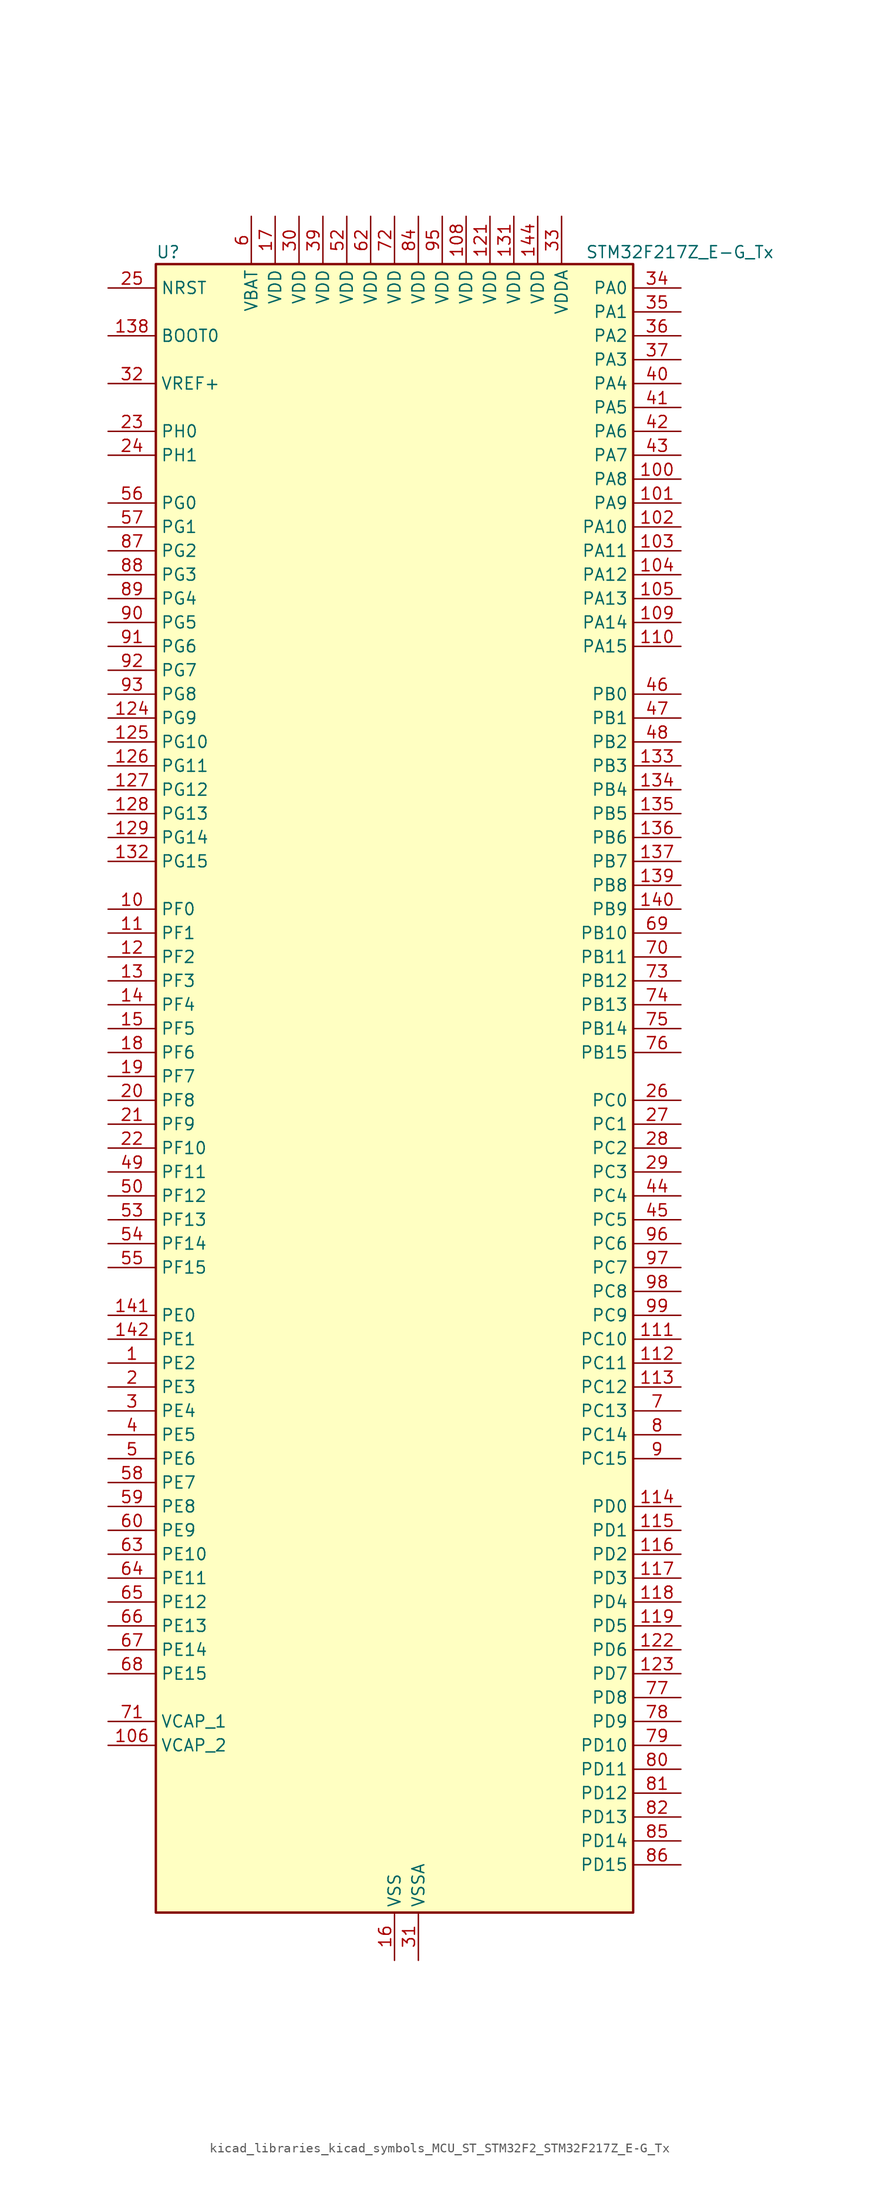
<source format=kicad_sym>
(kicad_symbol_lib
  (version 20220914)
  (generator kicad_symbol_editor)
  (symbol "kicad_libraries_kicad_symbols_MCU_ST_STM32F2_STM32F217Z_E-G_Tx"
    (property "Reference" "U"
      (at -25.4 90.17 0)
      (effects (font (size 1.27 1.27)) (justify left)))
    (property "Value" "STM32F217Z_E-G_Tx"
      (at 20.32 90.17 0)
      (effects (font (size 1.27 1.27)) (justify left)))
    (property "ki_locked" ""
      (at 0 0 0)
      (effects (font (size 1.27 1.27))))
    (symbol "kicad_libraries_kicad_symbols_MCU_ST_STM32F2_STM32F217Z_E-G_Tx_0_1"
      (rectangle (start -25.4 -86.36) (end 25.4 88.9) (stroke (width 0.254) (type default)) (fill (type background))))
    (symbol "kicad_libraries_kicad_symbols_MCU_ST_STM32F2_STM32F217Z_E-G_Tx_1_1"
      (pin bidirectional line (at -30.48 -27.94 0) (length 5.08) (name "PE2" (effects (font (size 1.27 1.27)))) (number "1" (effects (font (size 1.27 1.27)))) (alternate "ETH_TXD3" bidirectional line) (alternate "FSMC_A23" bidirectional line) (alternate "SYS_TRACECLK" bidirectional line))
      (pin bidirectional line (at -30.48 20.32 0) (length 5.08) (name "PF0" (effects (font (size 1.27 1.27)))) (number "10" (effects (font (size 1.27 1.27)))) (alternate "FSMC_A0" bidirectional line) (alternate "I2C2_SDA" bidirectional line))
      (pin bidirectional line (at 30.48 66.04 180) (length 5.08) (name "PA8" (effects (font (size 1.27 1.27)))) (number "100" (effects (font (size 1.27 1.27)))) (alternate "I2C3_SCL" bidirectional line) (alternate "RCC_MCO_1" bidirectional line) (alternate "TIM1_CH1" bidirectional line) (alternate "USART1_CK" bidirectional line) (alternate "USB_OTG_FS_SOF" bidirectional line))
      (pin bidirectional line (at 30.48 63.5 180) (length 5.08) (name "PA9" (effects (font (size 1.27 1.27)))) (number "101" (effects (font (size 1.27 1.27)))) (alternate "DAC_EXTI9" bidirectional line) (alternate "DCMI_D0" bidirectional line) (alternate "I2C3_SMBA" bidirectional line) (alternate "TIM1_CH2" bidirectional line) (alternate "USART1_TX" bidirectional line) (alternate "USB_OTG_FS_VBUS" bidirectional line))
      (pin bidirectional line (at 30.48 60.96 180) (length 5.08) (name "PA10" (effects (font (size 1.27 1.27)))) (number "102" (effects (font (size 1.27 1.27)))) (alternate "DCMI_D1" bidirectional line) (alternate "TIM1_CH3" bidirectional line) (alternate "USART1_RX" bidirectional line) (alternate "USB_OTG_FS_ID" bidirectional line))
      (pin bidirectional line (at 30.48 58.42 180) (length 5.08) (name "PA11" (effects (font (size 1.27 1.27)))) (number "103" (effects (font (size 1.27 1.27)))) (alternate "ADC1_EXTI11" bidirectional line) (alternate "ADC2_EXTI11" bidirectional line) (alternate "ADC3_EXTI11" bidirectional line) (alternate "CAN1_RX" bidirectional line) (alternate "TIM1_CH4" bidirectional line) (alternate "USART1_CTS" bidirectional line) (alternate "USB_OTG_FS_DM" bidirectional line))
      (pin bidirectional line (at 30.48 55.88 180) (length 5.08) (name "PA12" (effects (font (size 1.27 1.27)))) (number "104" (effects (font (size 1.27 1.27)))) (alternate "CAN1_TX" bidirectional line) (alternate "TIM1_ETR" bidirectional line) (alternate "USART1_RTS" bidirectional line) (alternate "USB_OTG_FS_DP" bidirectional line))
      (pin bidirectional line (at 30.48 53.34 180) (length 5.08) (name "PA13" (effects (font (size 1.27 1.27)))) (number "105" (effects (font (size 1.27 1.27)))) (alternate "SYS_JTMS-SWDIO" bidirectional line))
      (pin power_out line (at -30.48 -68.58 0) (length 5.08) (name "VCAP_2" (effects (font (size 1.27 1.27)))) (number "106" (effects (font (size 1.27 1.27)))))
      (pin passive line (at 0 -91.44 90) (length 5.08) hide (name "VSS" (effects (font (size 1.27 1.27)))) (number "107" (effects (font (size 1.27 1.27)))))
      (pin power_in line (at 7.62 93.98 270) (length 5.08) (name "VDD" (effects (font (size 1.27 1.27)))) (number "108" (effects (font (size 1.27 1.27)))))
      (pin bidirectional line (at 30.48 50.8 180) (length 5.08) (name "PA14" (effects (font (size 1.27 1.27)))) (number "109" (effects (font (size 1.27 1.27)))) (alternate "SYS_JTCK-SWCLK" bidirectional line))
      (pin bidirectional line (at -30.48 17.78 0) (length 5.08) (name "PF1" (effects (font (size 1.27 1.27)))) (number "11" (effects (font (size 1.27 1.27)))) (alternate "FSMC_A1" bidirectional line) (alternate "I2C2_SCL" bidirectional line))
      (pin bidirectional line (at 30.48 48.26 180) (length 5.08) (name "PA15" (effects (font (size 1.27 1.27)))) (number "110" (effects (font (size 1.27 1.27)))) (alternate "ADC1_EXTI15" bidirectional line) (alternate "ADC2_EXTI15" bidirectional line) (alternate "ADC3_EXTI15" bidirectional line) (alternate "I2S3_WS" bidirectional line) (alternate "SPI1_NSS" bidirectional line) (alternate "SPI3_NSS" bidirectional line) (alternate "SYS_JTDI" bidirectional line) (alternate "TIM2_CH1" bidirectional line) (alternate "TIM2_ETR" bidirectional line))
      (pin bidirectional line (at 30.48 -25.4 180) (length 5.08) (name "PC10" (effects (font (size 1.27 1.27)))) (number "111" (effects (font (size 1.27 1.27)))) (alternate "DCMI_D8" bidirectional line) (alternate "I2S3_SCK" bidirectional line) (alternate "SDIO_D2" bidirectional line) (alternate "SPI3_SCK" bidirectional line) (alternate "UART4_TX" bidirectional line) (alternate "USART3_TX" bidirectional line))
      (pin bidirectional line (at 30.48 -27.94 180) (length 5.08) (name "PC11" (effects (font (size 1.27 1.27)))) (number "112" (effects (font (size 1.27 1.27)))) (alternate "ADC1_EXTI11" bidirectional line) (alternate "ADC2_EXTI11" bidirectional line) (alternate "ADC3_EXTI11" bidirectional line) (alternate "DCMI_D4" bidirectional line) (alternate "SDIO_D3" bidirectional line) (alternate "SPI3_MISO" bidirectional line) (alternate "UART4_RX" bidirectional line) (alternate "USART3_RX" bidirectional line))
      (pin bidirectional line (at 30.48 -30.48 180) (length 5.08) (name "PC12" (effects (font (size 1.27 1.27)))) (number "113" (effects (font (size 1.27 1.27)))) (alternate "DCMI_D9" bidirectional line) (alternate "I2S3_SD" bidirectional line) (alternate "SDIO_CK" bidirectional line) (alternate "SPI3_MOSI" bidirectional line) (alternate "UART5_TX" bidirectional line) (alternate "USART3_CK" bidirectional line))
      (pin bidirectional line (at 30.48 -43.18 180) (length 5.08) (name "PD0" (effects (font (size 1.27 1.27)))) (number "114" (effects (font (size 1.27 1.27)))) (alternate "CAN1_RX" bidirectional line) (alternate "FSMC_D2" bidirectional line) (alternate "FSMC_DA2" bidirectional line))
      (pin bidirectional line (at 30.48 -45.72 180) (length 5.08) (name "PD1" (effects (font (size 1.27 1.27)))) (number "115" (effects (font (size 1.27 1.27)))) (alternate "CAN1_TX" bidirectional line) (alternate "FSMC_D3" bidirectional line) (alternate "FSMC_DA3" bidirectional line))
      (pin bidirectional line (at 30.48 -48.26 180) (length 5.08) (name "PD2" (effects (font (size 1.27 1.27)))) (number "116" (effects (font (size 1.27 1.27)))) (alternate "DCMI_D11" bidirectional line) (alternate "SDIO_CMD" bidirectional line) (alternate "TIM3_ETR" bidirectional line) (alternate "UART5_RX" bidirectional line))
      (pin bidirectional line (at 30.48 -50.8 180) (length 5.08) (name "PD3" (effects (font (size 1.27 1.27)))) (number "117" (effects (font (size 1.27 1.27)))) (alternate "FSMC_CLK" bidirectional line) (alternate "USART2_CTS" bidirectional line))
      (pin bidirectional line (at 30.48 -53.34 180) (length 5.08) (name "PD4" (effects (font (size 1.27 1.27)))) (number "118" (effects (font (size 1.27 1.27)))) (alternate "FSMC_NOE" bidirectional line) (alternate "USART2_RTS" bidirectional line))
      (pin bidirectional line (at 30.48 -55.88 180) (length 5.08) (name "PD5" (effects (font (size 1.27 1.27)))) (number "119" (effects (font (size 1.27 1.27)))) (alternate "FSMC_NWE" bidirectional line) (alternate "USART2_TX" bidirectional line))
      (pin bidirectional line (at -30.48 15.24 0) (length 5.08) (name "PF2" (effects (font (size 1.27 1.27)))) (number "12" (effects (font (size 1.27 1.27)))) (alternate "FSMC_A2" bidirectional line) (alternate "I2C2_SMBA" bidirectional line))
      (pin passive line (at 0 -91.44 90) (length 5.08) hide (name "VSS" (effects (font (size 1.27 1.27)))) (number "120" (effects (font (size 1.27 1.27)))))
      (pin power_in line (at 10.16 93.98 270) (length 5.08) (name "VDD" (effects (font (size 1.27 1.27)))) (number "121" (effects (font (size 1.27 1.27)))))
      (pin bidirectional line (at 30.48 -58.42 180) (length 5.08) (name "PD6" (effects (font (size 1.27 1.27)))) (number "122" (effects (font (size 1.27 1.27)))) (alternate "FSMC_NWAIT" bidirectional line) (alternate "USART2_RX" bidirectional line))
      (pin bidirectional line (at 30.48 -60.96 180) (length 5.08) (name "PD7" (effects (font (size 1.27 1.27)))) (number "123" (effects (font (size 1.27 1.27)))) (alternate "FSMC_NCE2" bidirectional line) (alternate "FSMC_NE1" bidirectional line) (alternate "USART2_CK" bidirectional line))
      (pin bidirectional line (at -30.48 40.64 0) (length 5.08) (name "PG9" (effects (font (size 1.27 1.27)))) (number "124" (effects (font (size 1.27 1.27)))) (alternate "DAC_EXTI9" bidirectional line) (alternate "FSMC_NCE3" bidirectional line) (alternate "FSMC_NE2" bidirectional line) (alternate "USART6_RX" bidirectional line))
      (pin bidirectional line (at -30.48 38.1 0) (length 5.08) (name "PG10" (effects (font (size 1.27 1.27)))) (number "125" (effects (font (size 1.27 1.27)))) (alternate "FSMC_NCE4_1" bidirectional line) (alternate "FSMC_NE3" bidirectional line))
      (pin bidirectional line (at -30.48 35.56 0) (length 5.08) (name "PG11" (effects (font (size 1.27 1.27)))) (number "126" (effects (font (size 1.27 1.27)))) (alternate "ADC1_EXTI11" bidirectional line) (alternate "ADC2_EXTI11" bidirectional line) (alternate "ADC3_EXTI11" bidirectional line) (alternate "ETH_TX_EN" bidirectional line) (alternate "FSMC_NCE4_2" bidirectional line))
      (pin bidirectional line (at -30.48 33.02 0) (length 5.08) (name "PG12" (effects (font (size 1.27 1.27)))) (number "127" (effects (font (size 1.27 1.27)))) (alternate "FSMC_NE4" bidirectional line) (alternate "USART6_RTS" bidirectional line))
      (pin bidirectional line (at -30.48 30.48 0) (length 5.08) (name "PG13" (effects (font (size 1.27 1.27)))) (number "128" (effects (font (size 1.27 1.27)))) (alternate "ETH_TXD0" bidirectional line) (alternate "FSMC_A24" bidirectional line) (alternate "USART6_CTS" bidirectional line))
      (pin bidirectional line (at -30.48 27.94 0) (length 5.08) (name "PG14" (effects (font (size 1.27 1.27)))) (number "129" (effects (font (size 1.27 1.27)))) (alternate "ETH_TXD1" bidirectional line) (alternate "FSMC_A25" bidirectional line) (alternate "USART6_TX" bidirectional line))
      (pin bidirectional line (at -30.48 12.7 0) (length 5.08) (name "PF3" (effects (font (size 1.27 1.27)))) (number "13" (effects (font (size 1.27 1.27)))) (alternate "ADC3_IN9" bidirectional line) (alternate "FSMC_A3" bidirectional line))
      (pin passive line (at 0 -91.44 90) (length 5.08) hide (name "VSS" (effects (font (size 1.27 1.27)))) (number "130" (effects (font (size 1.27 1.27)))))
      (pin power_in line (at 12.7 93.98 270) (length 5.08) (name "VDD" (effects (font (size 1.27 1.27)))) (number "131" (effects (font (size 1.27 1.27)))))
      (pin bidirectional line (at -30.48 25.4 0) (length 5.08) (name "PG15" (effects (font (size 1.27 1.27)))) (number "132" (effects (font (size 1.27 1.27)))) (alternate "ADC1_EXTI15" bidirectional line) (alternate "ADC2_EXTI15" bidirectional line) (alternate "ADC3_EXTI15" bidirectional line) (alternate "DCMI_D13" bidirectional line) (alternate "USART6_CTS" bidirectional line))
      (pin bidirectional line (at 30.48 35.56 180) (length 5.08) (name "PB3" (effects (font (size 1.27 1.27)))) (number "133" (effects (font (size 1.27 1.27)))) (alternate "I2S3_SCK" bidirectional line) (alternate "SPI1_SCK" bidirectional line) (alternate "SPI3_SCK" bidirectional line) (alternate "SYS_JTDO-SWO" bidirectional line) (alternate "TIM2_CH2" bidirectional line))
      (pin bidirectional line (at 30.48 33.02 180) (length 5.08) (name "PB4" (effects (font (size 1.27 1.27)))) (number "134" (effects (font (size 1.27 1.27)))) (alternate "SPI1_MISO" bidirectional line) (alternate "SPI3_MISO" bidirectional line) (alternate "SYS_JTRST" bidirectional line) (alternate "TIM3_CH1" bidirectional line))
      (pin bidirectional line (at 30.48 30.48 180) (length 5.08) (name "PB5" (effects (font (size 1.27 1.27)))) (number "135" (effects (font (size 1.27 1.27)))) (alternate "CAN2_RX" bidirectional line) (alternate "DCMI_D10" bidirectional line) (alternate "ETH_PPS_OUT" bidirectional line) (alternate "I2C1_SMBA" bidirectional line) (alternate "I2S3_SD" bidirectional line) (alternate "SPI1_MOSI" bidirectional line) (alternate "SPI3_MOSI" bidirectional line) (alternate "TIM3_CH2" bidirectional line) (alternate "USB_OTG_HS_ULPI_D7" bidirectional line))
      (pin bidirectional line (at 30.48 27.94 180) (length 5.08) (name "PB6" (effects (font (size 1.27 1.27)))) (number "136" (effects (font (size 1.27 1.27)))) (alternate "CAN2_TX" bidirectional line) (alternate "DCMI_D5" bidirectional line) (alternate "I2C1_SCL" bidirectional line) (alternate "TIM4_CH1" bidirectional line) (alternate "USART1_TX" bidirectional line))
      (pin bidirectional line (at 30.48 25.4 180) (length 5.08) (name "PB7" (effects (font (size 1.27 1.27)))) (number "137" (effects (font (size 1.27 1.27)))) (alternate "DCMI_VSYNC" bidirectional line) (alternate "FSMC_NL" bidirectional line) (alternate "I2C1_SDA" bidirectional line) (alternate "TIM4_CH2" bidirectional line) (alternate "USART1_RX" bidirectional line))
      (pin input line (at -30.48 81.28 0) (length 5.08) (name "BOOT0" (effects (font (size 1.27 1.27)))) (number "138" (effects (font (size 1.27 1.27)))))
      (pin bidirectional line (at 30.48 22.86 180) (length 5.08) (name "PB8" (effects (font (size 1.27 1.27)))) (number "139" (effects (font (size 1.27 1.27)))) (alternate "CAN1_RX" bidirectional line) (alternate "DCMI_D6" bidirectional line) (alternate "ETH_TXD3" bidirectional line) (alternate "I2C1_SCL" bidirectional line) (alternate "SDIO_D4" bidirectional line) (alternate "TIM10_CH1" bidirectional line) (alternate "TIM4_CH3" bidirectional line))
      (pin bidirectional line (at -30.48 10.16 0) (length 5.08) (name "PF4" (effects (font (size 1.27 1.27)))) (number "14" (effects (font (size 1.27 1.27)))) (alternate "ADC3_IN14" bidirectional line) (alternate "FSMC_A4" bidirectional line))
      (pin bidirectional line (at 30.48 20.32 180) (length 5.08) (name "PB9" (effects (font (size 1.27 1.27)))) (number "140" (effects (font (size 1.27 1.27)))) (alternate "CAN1_TX" bidirectional line) (alternate "DAC_EXTI9" bidirectional line) (alternate "DCMI_D7" bidirectional line) (alternate "I2C1_SDA" bidirectional line) (alternate "I2S2_WS" bidirectional line) (alternate "SDIO_D5" bidirectional line) (alternate "SPI2_NSS" bidirectional line) (alternate "TIM11_CH1" bidirectional line) (alternate "TIM4_CH4" bidirectional line))
      (pin bidirectional line (at -30.48 -22.86 0) (length 5.08) (name "PE0" (effects (font (size 1.27 1.27)))) (number "141" (effects (font (size 1.27 1.27)))) (alternate "DCMI_D2" bidirectional line) (alternate "FSMC_NBL0" bidirectional line) (alternate "TIM4_ETR" bidirectional line))
      (pin bidirectional line (at -30.48 -25.4 0) (length 5.08) (name "PE1" (effects (font (size 1.27 1.27)))) (number "142" (effects (font (size 1.27 1.27)))) (alternate "DCMI_D3" bidirectional line) (alternate "FSMC_NBL1" bidirectional line))
      (pin no_connect line (at -25.4 -86.36 0) (length 5.08) hide (name "RFU" (effects (font (size 1.27 1.27)))) (number "143" (effects (font (size 1.27 1.27)))))
      (pin power_in line (at 15.24 93.98 270) (length 5.08) (name "VDD" (effects (font (size 1.27 1.27)))) (number "144" (effects (font (size 1.27 1.27)))))
      (pin bidirectional line (at -30.48 7.62 0) (length 5.08) (name "PF5" (effects (font (size 1.27 1.27)))) (number "15" (effects (font (size 1.27 1.27)))) (alternate "ADC3_IN15" bidirectional line) (alternate "FSMC_A5" bidirectional line))
      (pin power_in line (at 0 -91.44 90) (length 5.08) (name "VSS" (effects (font (size 1.27 1.27)))) (number "16" (effects (font (size 1.27 1.27)))))
      (pin power_in line (at -12.7 93.98 270) (length 5.08) (name "VDD" (effects (font (size 1.27 1.27)))) (number "17" (effects (font (size 1.27 1.27)))))
      (pin bidirectional line (at -30.48 5.08 0) (length 5.08) (name "PF6" (effects (font (size 1.27 1.27)))) (number "18" (effects (font (size 1.27 1.27)))) (alternate "ADC3_IN4" bidirectional line) (alternate "FSMC_NIORD" bidirectional line) (alternate "TIM10_CH1" bidirectional line))
      (pin bidirectional line (at -30.48 2.54 0) (length 5.08) (name "PF7" (effects (font (size 1.27 1.27)))) (number "19" (effects (font (size 1.27 1.27)))) (alternate "ADC3_IN5" bidirectional line) (alternate "FSMC_NREG" bidirectional line) (alternate "TIM11_CH1" bidirectional line))
      (pin bidirectional line (at -30.48 -30.48 0) (length 5.08) (name "PE3" (effects (font (size 1.27 1.27)))) (number "2" (effects (font (size 1.27 1.27)))) (alternate "FSMC_A19" bidirectional line) (alternate "SYS_TRACED0" bidirectional line))
      (pin bidirectional line (at -30.48 0 0) (length 5.08) (name "PF8" (effects (font (size 1.27 1.27)))) (number "20" (effects (font (size 1.27 1.27)))) (alternate "ADC3_IN6" bidirectional line) (alternate "FSMC_NIOWR" bidirectional line) (alternate "TIM13_CH1" bidirectional line))
      (pin bidirectional line (at -30.48 -2.54 0) (length 5.08) (name "PF9" (effects (font (size 1.27 1.27)))) (number "21" (effects (font (size 1.27 1.27)))) (alternate "ADC3_IN7" bidirectional line) (alternate "DAC_EXTI9" bidirectional line) (alternate "FSMC_CD" bidirectional line) (alternate "TIM14_CH1" bidirectional line))
      (pin bidirectional line (at -30.48 -5.08 0) (length 5.08) (name "PF10" (effects (font (size 1.27 1.27)))) (number "22" (effects (font (size 1.27 1.27)))) (alternate "ADC3_IN8" bidirectional line) (alternate "FSMC_INTR" bidirectional line))
      (pin bidirectional line (at -30.48 71.12 0) (length 5.08) (name "PH0" (effects (font (size 1.27 1.27)))) (number "23" (effects (font (size 1.27 1.27)))) (alternate "RCC_OSC_IN" bidirectional line))
      (pin bidirectional line (at -30.48 68.58 0) (length 5.08) (name "PH1" (effects (font (size 1.27 1.27)))) (number "24" (effects (font (size 1.27 1.27)))) (alternate "RCC_OSC_OUT" bidirectional line))
      (pin input line (at -30.48 86.36 0) (length 5.08) (name "NRST" (effects (font (size 1.27 1.27)))) (number "25" (effects (font (size 1.27 1.27)))))
      (pin bidirectional line (at 30.48 0 180) (length 5.08) (name "PC0" (effects (font (size 1.27 1.27)))) (number "26" (effects (font (size 1.27 1.27)))) (alternate "ADC1_IN10" bidirectional line) (alternate "ADC2_IN10" bidirectional line) (alternate "ADC3_IN10" bidirectional line) (alternate "USB_OTG_HS_ULPI_STP" bidirectional line))
      (pin bidirectional line (at 30.48 -2.54 180) (length 5.08) (name "PC1" (effects (font (size 1.27 1.27)))) (number "27" (effects (font (size 1.27 1.27)))) (alternate "ADC1_IN11" bidirectional line) (alternate "ADC2_IN11" bidirectional line) (alternate "ADC3_IN11" bidirectional line) (alternate "ETH_MDC" bidirectional line))
      (pin bidirectional line (at 30.48 -5.08 180) (length 5.08) (name "PC2" (effects (font (size 1.27 1.27)))) (number "28" (effects (font (size 1.27 1.27)))) (alternate "ADC1_IN12" bidirectional line) (alternate "ADC2_IN12" bidirectional line) (alternate "ADC3_IN12" bidirectional line) (alternate "ETH_TXD2" bidirectional line) (alternate "SPI2_MISO" bidirectional line) (alternate "USB_OTG_HS_ULPI_DIR" bidirectional line))
      (pin bidirectional line (at 30.48 -7.62 180) (length 5.08) (name "PC3" (effects (font (size 1.27 1.27)))) (number "29" (effects (font (size 1.27 1.27)))) (alternate "ADC1_IN13" bidirectional line) (alternate "ADC2_IN13" bidirectional line) (alternate "ADC3_IN13" bidirectional line) (alternate "ETH_TX_CLK" bidirectional line) (alternate "I2S2_SD" bidirectional line) (alternate "SPI2_MOSI" bidirectional line) (alternate "USB_OTG_HS_ULPI_NXT" bidirectional line))
      (pin bidirectional line (at -30.48 -33.02 0) (length 5.08) (name "PE4" (effects (font (size 1.27 1.27)))) (number "3" (effects (font (size 1.27 1.27)))) (alternate "DCMI_D4" bidirectional line) (alternate "FSMC_A20" bidirectional line) (alternate "SYS_TRACED1" bidirectional line))
      (pin power_in line (at -10.16 93.98 270) (length 5.08) (name "VDD" (effects (font (size 1.27 1.27)))) (number "30" (effects (font (size 1.27 1.27)))))
      (pin power_in line (at 2.54 -91.44 90) (length 5.08) (name "VSSA" (effects (font (size 1.27 1.27)))) (number "31" (effects (font (size 1.27 1.27)))))
      (pin input line (at -30.48 76.2 0) (length 5.08) (name "VREF+" (effects (font (size 1.27 1.27)))) (number "32" (effects (font (size 1.27 1.27)))))
      (pin power_in line (at 17.78 93.98 270) (length 5.08) (name "VDDA" (effects (font (size 1.27 1.27)))) (number "33" (effects (font (size 1.27 1.27)))))
      (pin bidirectional line (at 30.48 86.36 180) (length 5.08) (name "PA0" (effects (font (size 1.27 1.27)))) (number "34" (effects (font (size 1.27 1.27)))) (alternate "ADC1_IN0" bidirectional line) (alternate "ADC2_IN0" bidirectional line) (alternate "ADC3_IN0" bidirectional line) (alternate "ETH_CRS" bidirectional line) (alternate "SYS_WKUP" bidirectional line) (alternate "TIM2_CH1" bidirectional line) (alternate "TIM2_ETR" bidirectional line) (alternate "TIM5_CH1" bidirectional line) (alternate "TIM8_ETR" bidirectional line) (alternate "UART4_TX" bidirectional line) (alternate "USART2_CTS" bidirectional line))
      (pin bidirectional line (at 30.48 83.82 180) (length 5.08) (name "PA1" (effects (font (size 1.27 1.27)))) (number "35" (effects (font (size 1.27 1.27)))) (alternate "ADC1_IN1" bidirectional line) (alternate "ADC2_IN1" bidirectional line) (alternate "ADC3_IN1" bidirectional line) (alternate "ETH_REF_CLK" bidirectional line) (alternate "ETH_RX_CLK" bidirectional line) (alternate "TIM2_CH2" bidirectional line) (alternate "TIM5_CH2" bidirectional line) (alternate "UART4_RX" bidirectional line) (alternate "USART2_RTS" bidirectional line))
      (pin bidirectional line (at 30.48 81.28 180) (length 5.08) (name "PA2" (effects (font (size 1.27 1.27)))) (number "36" (effects (font (size 1.27 1.27)))) (alternate "ADC1_IN2" bidirectional line) (alternate "ADC2_IN2" bidirectional line) (alternate "ADC3_IN2" bidirectional line) (alternate "ETH_MDIO" bidirectional line) (alternate "TIM2_CH3" bidirectional line) (alternate "TIM5_CH3" bidirectional line) (alternate "TIM9_CH1" bidirectional line) (alternate "USART2_TX" bidirectional line))
      (pin bidirectional line (at 30.48 78.74 180) (length 5.08) (name "PA3" (effects (font (size 1.27 1.27)))) (number "37" (effects (font (size 1.27 1.27)))) (alternate "ADC1_IN3" bidirectional line) (alternate "ADC2_IN3" bidirectional line) (alternate "ADC3_IN3" bidirectional line) (alternate "ETH_COL" bidirectional line) (alternate "TIM2_CH4" bidirectional line) (alternate "TIM5_CH4" bidirectional line) (alternate "TIM9_CH2" bidirectional line) (alternate "USART2_RX" bidirectional line) (alternate "USB_OTG_HS_ULPI_D0" bidirectional line))
      (pin passive line (at 0 -91.44 90) (length 5.08) hide (name "VSS" (effects (font (size 1.27 1.27)))) (number "38" (effects (font (size 1.27 1.27)))))
      (pin power_in line (at -7.62 93.98 270) (length 5.08) (name "VDD" (effects (font (size 1.27 1.27)))) (number "39" (effects (font (size 1.27 1.27)))))
      (pin bidirectional line (at -30.48 -35.56 0) (length 5.08) (name "PE5" (effects (font (size 1.27 1.27)))) (number "4" (effects (font (size 1.27 1.27)))) (alternate "DCMI_D6" bidirectional line) (alternate "FSMC_A21" bidirectional line) (alternate "SYS_TRACED2" bidirectional line) (alternate "TIM9_CH1" bidirectional line))
      (pin bidirectional line (at 30.48 76.2 180) (length 5.08) (name "PA4" (effects (font (size 1.27 1.27)))) (number "40" (effects (font (size 1.27 1.27)))) (alternate "ADC1_IN4" bidirectional line) (alternate "ADC2_IN4" bidirectional line) (alternate "DAC_OUT1" bidirectional line) (alternate "DCMI_HSYNC" bidirectional line) (alternate "I2S3_WS" bidirectional line) (alternate "SPI1_NSS" bidirectional line) (alternate "SPI3_NSS" bidirectional line) (alternate "USART2_CK" bidirectional line) (alternate "USB_OTG_HS_SOF" bidirectional line))
      (pin bidirectional line (at 30.48 73.66 180) (length 5.08) (name "PA5" (effects (font (size 1.27 1.27)))) (number "41" (effects (font (size 1.27 1.27)))) (alternate "ADC1_IN5" bidirectional line) (alternate "ADC2_IN5" bidirectional line) (alternate "DAC_OUT2" bidirectional line) (alternate "SPI1_SCK" bidirectional line) (alternate "TIM2_CH1" bidirectional line) (alternate "TIM2_ETR" bidirectional line) (alternate "TIM8_CH1N" bidirectional line) (alternate "USB_OTG_HS_ULPI_CK" bidirectional line))
      (pin bidirectional line (at 30.48 71.12 180) (length 5.08) (name "PA6" (effects (font (size 1.27 1.27)))) (number "42" (effects (font (size 1.27 1.27)))) (alternate "ADC1_IN6" bidirectional line) (alternate "ADC2_IN6" bidirectional line) (alternate "DCMI_PIXCLK" bidirectional line) (alternate "SPI1_MISO" bidirectional line) (alternate "TIM13_CH1" bidirectional line) (alternate "TIM1_BKIN" bidirectional line) (alternate "TIM3_CH1" bidirectional line) (alternate "TIM8_BKIN" bidirectional line))
      (pin bidirectional line (at 30.48 68.58 180) (length 5.08) (name "PA7" (effects (font (size 1.27 1.27)))) (number "43" (effects (font (size 1.27 1.27)))) (alternate "ADC1_IN7" bidirectional line) (alternate "ADC2_IN7" bidirectional line) (alternate "ETH_CRS_DV" bidirectional line) (alternate "ETH_RX_DV" bidirectional line) (alternate "SPI1_MOSI" bidirectional line) (alternate "TIM14_CH1" bidirectional line) (alternate "TIM1_CH1N" bidirectional line) (alternate "TIM3_CH2" bidirectional line) (alternate "TIM8_CH1N" bidirectional line))
      (pin bidirectional line (at 30.48 -10.16 180) (length 5.08) (name "PC4" (effects (font (size 1.27 1.27)))) (number "44" (effects (font (size 1.27 1.27)))) (alternate "ADC1_IN14" bidirectional line) (alternate "ADC2_IN14" bidirectional line) (alternate "ETH_RXD0" bidirectional line))
      (pin bidirectional line (at 30.48 -12.7 180) (length 5.08) (name "PC5" (effects (font (size 1.27 1.27)))) (number "45" (effects (font (size 1.27 1.27)))) (alternate "ADC1_IN15" bidirectional line) (alternate "ADC2_IN15" bidirectional line) (alternate "ETH_RXD1" bidirectional line))
      (pin bidirectional line (at 30.48 43.18 180) (length 5.08) (name "PB0" (effects (font (size 1.27 1.27)))) (number "46" (effects (font (size 1.27 1.27)))) (alternate "ADC1_IN8" bidirectional line) (alternate "ADC2_IN8" bidirectional line) (alternate "ETH_RXD2" bidirectional line) (alternate "TIM1_CH2N" bidirectional line) (alternate "TIM3_CH3" bidirectional line) (alternate "TIM8_CH2N" bidirectional line) (alternate "USB_OTG_HS_ULPI_D1" bidirectional line))
      (pin bidirectional line (at 30.48 40.64 180) (length 5.08) (name "PB1" (effects (font (size 1.27 1.27)))) (number "47" (effects (font (size 1.27 1.27)))) (alternate "ADC1_IN9" bidirectional line) (alternate "ADC2_IN9" bidirectional line) (alternate "ETH_RXD3" bidirectional line) (alternate "TIM1_CH3N" bidirectional line) (alternate "TIM3_CH4" bidirectional line) (alternate "TIM8_CH3N" bidirectional line) (alternate "USB_OTG_HS_ULPI_D2" bidirectional line))
      (pin bidirectional line (at 30.48 38.1 180) (length 5.08) (name "PB2" (effects (font (size 1.27 1.27)))) (number "48" (effects (font (size 1.27 1.27)))))
      (pin bidirectional line (at -30.48 -7.62 0) (length 5.08) (name "PF11" (effects (font (size 1.27 1.27)))) (number "49" (effects (font (size 1.27 1.27)))) (alternate "ADC1_EXTI11" bidirectional line) (alternate "ADC2_EXTI11" bidirectional line) (alternate "ADC3_EXTI11" bidirectional line) (alternate "DCMI_D12" bidirectional line))
      (pin bidirectional line (at -30.48 -38.1 0) (length 5.08) (name "PE6" (effects (font (size 1.27 1.27)))) (number "5" (effects (font (size 1.27 1.27)))) (alternate "DCMI_D7" bidirectional line) (alternate "FSMC_A22" bidirectional line) (alternate "SYS_TRACED3" bidirectional line) (alternate "TIM9_CH2" bidirectional line))
      (pin bidirectional line (at -30.48 -10.16 0) (length 5.08) (name "PF12" (effects (font (size 1.27 1.27)))) (number "50" (effects (font (size 1.27 1.27)))) (alternate "FSMC_A6" bidirectional line))
      (pin passive line (at 0 -91.44 90) (length 5.08) hide (name "VSS" (effects (font (size 1.27 1.27)))) (number "51" (effects (font (size 1.27 1.27)))))
      (pin power_in line (at -5.08 93.98 270) (length 5.08) (name "VDD" (effects (font (size 1.27 1.27)))) (number "52" (effects (font (size 1.27 1.27)))))
      (pin bidirectional line (at -30.48 -12.7 0) (length 5.08) (name "PF13" (effects (font (size 1.27 1.27)))) (number "53" (effects (font (size 1.27 1.27)))) (alternate "FSMC_A7" bidirectional line))
      (pin bidirectional line (at -30.48 -15.24 0) (length 5.08) (name "PF14" (effects (font (size 1.27 1.27)))) (number "54" (effects (font (size 1.27 1.27)))) (alternate "FSMC_A8" bidirectional line))
      (pin bidirectional line (at -30.48 -17.78 0) (length 5.08) (name "PF15" (effects (font (size 1.27 1.27)))) (number "55" (effects (font (size 1.27 1.27)))) (alternate "ADC1_EXTI15" bidirectional line) (alternate "ADC2_EXTI15" bidirectional line) (alternate "ADC3_EXTI15" bidirectional line) (alternate "FSMC_A9" bidirectional line))
      (pin bidirectional line (at -30.48 63.5 0) (length 5.08) (name "PG0" (effects (font (size 1.27 1.27)))) (number "56" (effects (font (size 1.27 1.27)))) (alternate "FSMC_A10" bidirectional line))
      (pin bidirectional line (at -30.48 60.96 0) (length 5.08) (name "PG1" (effects (font (size 1.27 1.27)))) (number "57" (effects (font (size 1.27 1.27)))) (alternate "FSMC_A11" bidirectional line))
      (pin bidirectional line (at -30.48 -40.64 0) (length 5.08) (name "PE7" (effects (font (size 1.27 1.27)))) (number "58" (effects (font (size 1.27 1.27)))) (alternate "FSMC_D4" bidirectional line) (alternate "FSMC_DA4" bidirectional line) (alternate "TIM1_ETR" bidirectional line))
      (pin bidirectional line (at -30.48 -43.18 0) (length 5.08) (name "PE8" (effects (font (size 1.27 1.27)))) (number "59" (effects (font (size 1.27 1.27)))) (alternate "FSMC_D5" bidirectional line) (alternate "FSMC_DA5" bidirectional line) (alternate "TIM1_CH1N" bidirectional line))
      (pin power_in line (at -15.24 93.98 270) (length 5.08) (name "VBAT" (effects (font (size 1.27 1.27)))) (number "6" (effects (font (size 1.27 1.27)))))
      (pin bidirectional line (at -30.48 -45.72 0) (length 5.08) (name "PE9" (effects (font (size 1.27 1.27)))) (number "60" (effects (font (size 1.27 1.27)))) (alternate "DAC_EXTI9" bidirectional line) (alternate "FSMC_D6" bidirectional line) (alternate "FSMC_DA6" bidirectional line) (alternate "TIM1_CH1" bidirectional line))
      (pin passive line (at 0 -91.44 90) (length 5.08) hide (name "VSS" (effects (font (size 1.27 1.27)))) (number "61" (effects (font (size 1.27 1.27)))))
      (pin power_in line (at -2.54 93.98 270) (length 5.08) (name "VDD" (effects (font (size 1.27 1.27)))) (number "62" (effects (font (size 1.27 1.27)))))
      (pin bidirectional line (at -30.48 -48.26 0) (length 5.08) (name "PE10" (effects (font (size 1.27 1.27)))) (number "63" (effects (font (size 1.27 1.27)))) (alternate "FSMC_D7" bidirectional line) (alternate "FSMC_DA7" bidirectional line) (alternate "TIM1_CH2N" bidirectional line))
      (pin bidirectional line (at -30.48 -50.8 0) (length 5.08) (name "PE11" (effects (font (size 1.27 1.27)))) (number "64" (effects (font (size 1.27 1.27)))) (alternate "ADC1_EXTI11" bidirectional line) (alternate "ADC2_EXTI11" bidirectional line) (alternate "ADC3_EXTI11" bidirectional line) (alternate "FSMC_D8" bidirectional line) (alternate "FSMC_DA8" bidirectional line) (alternate "TIM1_CH2" bidirectional line))
      (pin bidirectional line (at -30.48 -53.34 0) (length 5.08) (name "PE12" (effects (font (size 1.27 1.27)))) (number "65" (effects (font (size 1.27 1.27)))) (alternate "FSMC_D9" bidirectional line) (alternate "FSMC_DA9" bidirectional line) (alternate "TIM1_CH3N" bidirectional line))
      (pin bidirectional line (at -30.48 -55.88 0) (length 5.08) (name "PE13" (effects (font (size 1.27 1.27)))) (number "66" (effects (font (size 1.27 1.27)))) (alternate "FSMC_D10" bidirectional line) (alternate "FSMC_DA10" bidirectional line) (alternate "TIM1_CH3" bidirectional line))
      (pin bidirectional line (at -30.48 -58.42 0) (length 5.08) (name "PE14" (effects (font (size 1.27 1.27)))) (number "67" (effects (font (size 1.27 1.27)))) (alternate "FSMC_D11" bidirectional line) (alternate "FSMC_DA11" bidirectional line) (alternate "TIM1_CH4" bidirectional line))
      (pin bidirectional line (at -30.48 -60.96 0) (length 5.08) (name "PE15" (effects (font (size 1.27 1.27)))) (number "68" (effects (font (size 1.27 1.27)))) (alternate "ADC1_EXTI15" bidirectional line) (alternate "ADC2_EXTI15" bidirectional line) (alternate "ADC3_EXTI15" bidirectional line) (alternate "FSMC_D12" bidirectional line) (alternate "FSMC_DA12" bidirectional line) (alternate "TIM1_BKIN" bidirectional line))
      (pin bidirectional line (at 30.48 17.78 180) (length 5.08) (name "PB10" (effects (font (size 1.27 1.27)))) (number "69" (effects (font (size 1.27 1.27)))) (alternate "ETH_RX_ER" bidirectional line) (alternate "I2C2_SCL" bidirectional line) (alternate "I2S2_SCK" bidirectional line) (alternate "SPI2_SCK" bidirectional line) (alternate "TIM2_CH3" bidirectional line) (alternate "USART3_TX" bidirectional line) (alternate "USB_OTG_HS_ULPI_D3" bidirectional line))
      (pin bidirectional line (at 30.48 -33.02 180) (length 5.08) (name "PC13" (effects (font (size 1.27 1.27)))) (number "7" (effects (font (size 1.27 1.27)))) (alternate "RTC_AF1" bidirectional line))
      (pin bidirectional line (at 30.48 15.24 180) (length 5.08) (name "PB11" (effects (font (size 1.27 1.27)))) (number "70" (effects (font (size 1.27 1.27)))) (alternate "ADC1_EXTI11" bidirectional line) (alternate "ADC2_EXTI11" bidirectional line) (alternate "ADC3_EXTI11" bidirectional line) (alternate "ETH_TX_EN" bidirectional line) (alternate "I2C2_SDA" bidirectional line) (alternate "TIM2_CH4" bidirectional line) (alternate "USART3_RX" bidirectional line) (alternate "USB_OTG_HS_ULPI_D4" bidirectional line))
      (pin power_out line (at -30.48 -66.04 0) (length 5.08) (name "VCAP_1" (effects (font (size 1.27 1.27)))) (number "71" (effects (font (size 1.27 1.27)))))
      (pin power_in line (at 0 93.98 270) (length 5.08) (name "VDD" (effects (font (size 1.27 1.27)))) (number "72" (effects (font (size 1.27 1.27)))))
      (pin bidirectional line (at 30.48 12.7 180) (length 5.08) (name "PB12" (effects (font (size 1.27 1.27)))) (number "73" (effects (font (size 1.27 1.27)))) (alternate "CAN2_RX" bidirectional line) (alternate "ETH_TXD0" bidirectional line) (alternate "I2C2_SMBA" bidirectional line) (alternate "I2S2_WS" bidirectional line) (alternate "SPI2_NSS" bidirectional line) (alternate "TIM1_BKIN" bidirectional line) (alternate "USART3_CK" bidirectional line) (alternate "USB_OTG_HS_ID" bidirectional line) (alternate "USB_OTG_HS_ULPI_D5" bidirectional line))
      (pin bidirectional line (at 30.48 10.16 180) (length 5.08) (name "PB13" (effects (font (size 1.27 1.27)))) (number "74" (effects (font (size 1.27 1.27)))) (alternate "CAN2_TX" bidirectional line) (alternate "ETH_TXD1" bidirectional line) (alternate "I2S2_SCK" bidirectional line) (alternate "SPI2_SCK" bidirectional line) (alternate "TIM1_CH1N" bidirectional line) (alternate "USART3_CTS" bidirectional line) (alternate "USB_OTG_HS_ULPI_D6" bidirectional line) (alternate "USB_OTG_HS_VBUS" bidirectional line))
      (pin bidirectional line (at 30.48 7.62 180) (length 5.08) (name "PB14" (effects (font (size 1.27 1.27)))) (number "75" (effects (font (size 1.27 1.27)))) (alternate "SPI2_MISO" bidirectional line) (alternate "TIM12_CH1" bidirectional line) (alternate "TIM1_CH2N" bidirectional line) (alternate "TIM8_CH2N" bidirectional line) (alternate "USART3_RTS" bidirectional line) (alternate "USB_OTG_HS_DM" bidirectional line))
      (pin bidirectional line (at 30.48 5.08 180) (length 5.08) (name "PB15" (effects (font (size 1.27 1.27)))) (number "76" (effects (font (size 1.27 1.27)))) (alternate "ADC1_EXTI15" bidirectional line) (alternate "ADC2_EXTI15" bidirectional line) (alternate "ADC3_EXTI15" bidirectional line) (alternate "I2S2_SD" bidirectional line) (alternate "RTC_REFIN" bidirectional line) (alternate "SPI2_MOSI" bidirectional line) (alternate "TIM12_CH2" bidirectional line) (alternate "TIM1_CH3N" bidirectional line) (alternate "TIM8_CH3N" bidirectional line) (alternate "USB_OTG_HS_DP" bidirectional line))
      (pin bidirectional line (at 30.48 -63.5 180) (length 5.08) (name "PD8" (effects (font (size 1.27 1.27)))) (number "77" (effects (font (size 1.27 1.27)))) (alternate "FSMC_D13" bidirectional line) (alternate "FSMC_DA13" bidirectional line) (alternate "USART3_TX" bidirectional line))
      (pin bidirectional line (at 30.48 -66.04 180) (length 5.08) (name "PD9" (effects (font (size 1.27 1.27)))) (number "78" (effects (font (size 1.27 1.27)))) (alternate "DAC_EXTI9" bidirectional line) (alternate "FSMC_D14" bidirectional line) (alternate "FSMC_DA14" bidirectional line) (alternate "USART3_RX" bidirectional line))
      (pin bidirectional line (at 30.48 -68.58 180) (length 5.08) (name "PD10" (effects (font (size 1.27 1.27)))) (number "79" (effects (font (size 1.27 1.27)))) (alternate "FSMC_D15" bidirectional line) (alternate "FSMC_DA15" bidirectional line) (alternate "USART3_CK" bidirectional line))
      (pin bidirectional line (at 30.48 -35.56 180) (length 5.08) (name "PC14" (effects (font (size 1.27 1.27)))) (number "8" (effects (font (size 1.27 1.27)))) (alternate "RCC_OSC32_IN" bidirectional line))
      (pin bidirectional line (at 30.48 -71.12 180) (length 5.08) (name "PD11" (effects (font (size 1.27 1.27)))) (number "80" (effects (font (size 1.27 1.27)))) (alternate "ADC1_EXTI11" bidirectional line) (alternate "ADC2_EXTI11" bidirectional line) (alternate "ADC3_EXTI11" bidirectional line) (alternate "FSMC_A16" bidirectional line) (alternate "FSMC_CLE" bidirectional line) (alternate "USART3_CTS" bidirectional line))
      (pin bidirectional line (at 30.48 -73.66 180) (length 5.08) (name "PD12" (effects (font (size 1.27 1.27)))) (number "81" (effects (font (size 1.27 1.27)))) (alternate "FSMC_A17" bidirectional line) (alternate "FSMC_ALE" bidirectional line) (alternate "TIM4_CH1" bidirectional line) (alternate "USART3_RTS" bidirectional line))
      (pin bidirectional line (at 30.48 -76.2 180) (length 5.08) (name "PD13" (effects (font (size 1.27 1.27)))) (number "82" (effects (font (size 1.27 1.27)))) (alternate "FSMC_A18" bidirectional line) (alternate "TIM4_CH2" bidirectional line))
      (pin passive line (at 0 -91.44 90) (length 5.08) hide (name "VSS" (effects (font (size 1.27 1.27)))) (number "83" (effects (font (size 1.27 1.27)))))
      (pin power_in line (at 2.54 93.98 270) (length 5.08) (name "VDD" (effects (font (size 1.27 1.27)))) (number "84" (effects (font (size 1.27 1.27)))))
      (pin bidirectional line (at 30.48 -78.74 180) (length 5.08) (name "PD14" (effects (font (size 1.27 1.27)))) (number "85" (effects (font (size 1.27 1.27)))) (alternate "FSMC_D0" bidirectional line) (alternate "FSMC_DA0" bidirectional line) (alternate "TIM4_CH3" bidirectional line))
      (pin bidirectional line (at 30.48 -81.28 180) (length 5.08) (name "PD15" (effects (font (size 1.27 1.27)))) (number "86" (effects (font (size 1.27 1.27)))) (alternate "ADC1_EXTI15" bidirectional line) (alternate "ADC2_EXTI15" bidirectional line) (alternate "ADC3_EXTI15" bidirectional line) (alternate "FSMC_D1" bidirectional line) (alternate "FSMC_DA1" bidirectional line) (alternate "TIM4_CH4" bidirectional line))
      (pin bidirectional line (at -30.48 58.42 0) (length 5.08) (name "PG2" (effects (font (size 1.27 1.27)))) (number "87" (effects (font (size 1.27 1.27)))) (alternate "FSMC_A12" bidirectional line))
      (pin bidirectional line (at -30.48 55.88 0) (length 5.08) (name "PG3" (effects (font (size 1.27 1.27)))) (number "88" (effects (font (size 1.27 1.27)))) (alternate "FSMC_A13" bidirectional line))
      (pin bidirectional line (at -30.48 53.34 0) (length 5.08) (name "PG4" (effects (font (size 1.27 1.27)))) (number "89" (effects (font (size 1.27 1.27)))) (alternate "FSMC_A14" bidirectional line))
      (pin bidirectional line (at 30.48 -38.1 180) (length 5.08) (name "PC15" (effects (font (size 1.27 1.27)))) (number "9" (effects (font (size 1.27 1.27)))) (alternate "ADC1_EXTI15" bidirectional line) (alternate "ADC2_EXTI15" bidirectional line) (alternate "ADC3_EXTI15" bidirectional line) (alternate "RCC_OSC32_OUT" bidirectional line))
      (pin bidirectional line (at -30.48 50.8 0) (length 5.08) (name "PG5" (effects (font (size 1.27 1.27)))) (number "90" (effects (font (size 1.27 1.27)))) (alternate "FSMC_A15" bidirectional line))
      (pin bidirectional line (at -30.48 48.26 0) (length 5.08) (name "PG6" (effects (font (size 1.27 1.27)))) (number "91" (effects (font (size 1.27 1.27)))) (alternate "FSMC_INT2" bidirectional line))
      (pin bidirectional line (at -30.48 45.72 0) (length 5.08) (name "PG7" (effects (font (size 1.27 1.27)))) (number "92" (effects (font (size 1.27 1.27)))) (alternate "FSMC_INT3" bidirectional line) (alternate "USART6_CK" bidirectional line))
      (pin bidirectional line (at -30.48 43.18 0) (length 5.08) (name "PG8" (effects (font (size 1.27 1.27)))) (number "93" (effects (font (size 1.27 1.27)))) (alternate "ETH_PPS_OUT" bidirectional line) (alternate "USART6_RTS" bidirectional line))
      (pin passive line (at 0 -91.44 90) (length 5.08) hide (name "VSS" (effects (font (size 1.27 1.27)))) (number "94" (effects (font (size 1.27 1.27)))))
      (pin power_in line (at 5.08 93.98 270) (length 5.08) (name "VDD" (effects (font (size 1.27 1.27)))) (number "95" (effects (font (size 1.27 1.27)))))
      (pin bidirectional line (at 30.48 -15.24 180) (length 5.08) (name "PC6" (effects (font (size 1.27 1.27)))) (number "96" (effects (font (size 1.27 1.27)))) (alternate "DCMI_D0" bidirectional line) (alternate "I2S2_MCK" bidirectional line) (alternate "SDIO_D6" bidirectional line) (alternate "TIM3_CH1" bidirectional line) (alternate "TIM8_CH1" bidirectional line) (alternate "USART6_TX" bidirectional line))
      (pin bidirectional line (at 30.48 -17.78 180) (length 5.08) (name "PC7" (effects (font (size 1.27 1.27)))) (number "97" (effects (font (size 1.27 1.27)))) (alternate "DCMI_D1" bidirectional line) (alternate "I2S3_MCK" bidirectional line) (alternate "SDIO_D7" bidirectional line) (alternate "TIM3_CH2" bidirectional line) (alternate "TIM8_CH2" bidirectional line) (alternate "USART6_RX" bidirectional line))
      (pin bidirectional line (at 30.48 -20.32 180) (length 5.08) (name "PC8" (effects (font (size 1.27 1.27)))) (number "98" (effects (font (size 1.27 1.27)))) (alternate "DCMI_D2" bidirectional line) (alternate "SDIO_D0" bidirectional line) (alternate "TIM3_CH3" bidirectional line) (alternate "TIM8_CH3" bidirectional line) (alternate "USART6_CK" bidirectional line))
      (pin bidirectional line (at 30.48 -22.86 180) (length 5.08) (name "PC9" (effects (font (size 1.27 1.27)))) (number "99" (effects (font (size 1.27 1.27)))) (alternate "DAC_EXTI9" bidirectional line) (alternate "DCMI_D3" bidirectional line) (alternate "I2C3_SDA" bidirectional line) (alternate "I2S_CKIN" bidirectional line) (alternate "RCC_MCO_2" bidirectional line) (alternate "SDIO_D1" bidirectional line) (alternate "TIM3_CH4" bidirectional line) (alternate "TIM8_CH4" bidirectional line)))))
</source>
